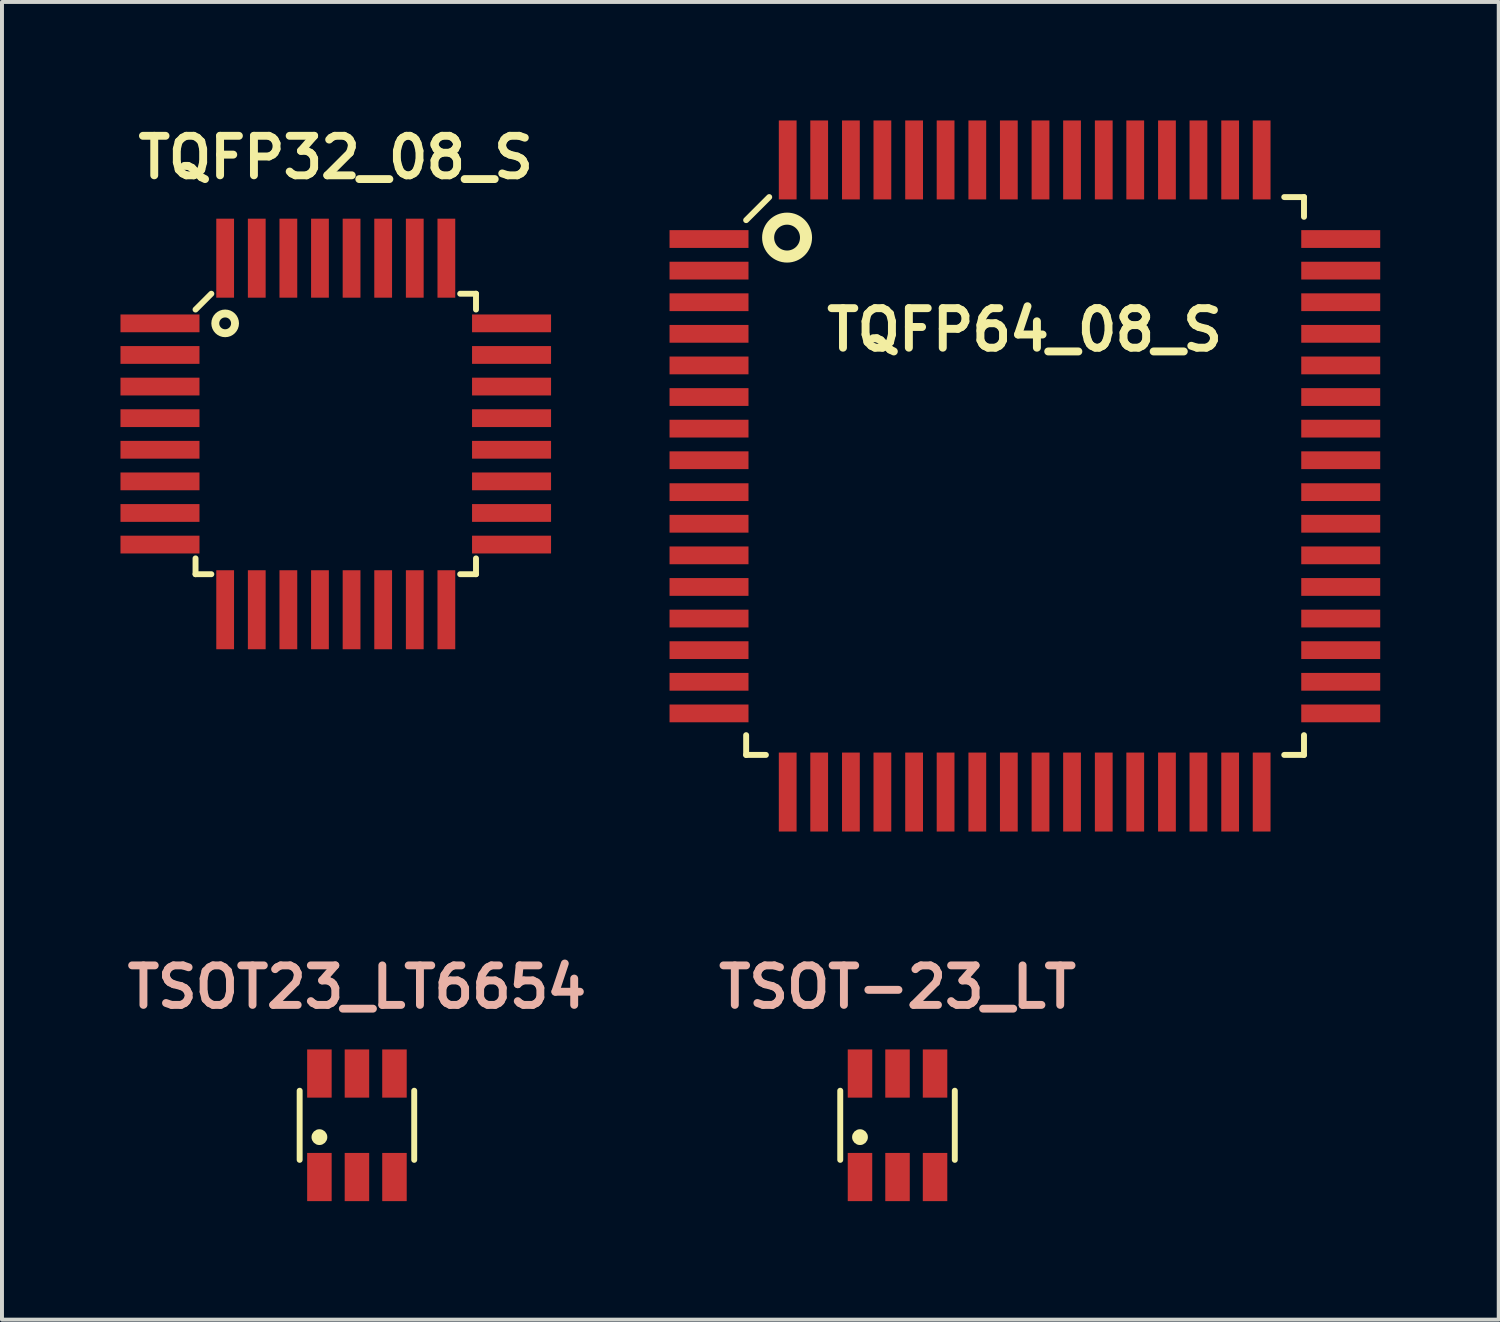
<source format=kicad_pcb>
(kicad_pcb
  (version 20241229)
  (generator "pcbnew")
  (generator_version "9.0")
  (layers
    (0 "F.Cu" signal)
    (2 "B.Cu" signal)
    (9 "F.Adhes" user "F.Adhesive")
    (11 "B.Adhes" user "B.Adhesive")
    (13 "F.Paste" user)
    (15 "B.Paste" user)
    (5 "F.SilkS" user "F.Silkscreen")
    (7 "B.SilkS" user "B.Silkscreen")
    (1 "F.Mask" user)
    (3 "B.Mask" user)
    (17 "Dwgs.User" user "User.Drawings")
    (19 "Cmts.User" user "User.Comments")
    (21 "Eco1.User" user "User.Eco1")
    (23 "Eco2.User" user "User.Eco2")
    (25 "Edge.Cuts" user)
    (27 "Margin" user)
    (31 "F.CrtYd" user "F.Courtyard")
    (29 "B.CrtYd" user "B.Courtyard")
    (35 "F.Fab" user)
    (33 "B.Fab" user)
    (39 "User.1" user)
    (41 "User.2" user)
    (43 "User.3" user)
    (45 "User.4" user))
  (footprint "TSOT-23_LT"
    (layer "F.Cu")
    (at 19.671 25.437)
    (property "Reference" "TSOT-23_LT" (at 0 -3.5 0) (layer "B.SilkS") (effects (font (size 1 1) (thickness 0.2))))
    (attr smd)
    (fp_line (start -1.45 0.875) (end -1.45 -0.875) (stroke (width 0.15) (type solid)) (layer "F.SilkS"))
    (fp_line (start 1.45 -0.875) (end 1.45 0.875) (stroke (width 0.15) (type solid)) (layer "F.SilkS"))
    (fp_circle (center -0.95 0.3) (end -0.95 0.4) (stroke (width 0.2) (type solid)) (fill no) (layer "F.SilkS"))
    (pad "1" smd rect (at -0.95 1.31) (size 0.62 1.22) (layers "F.Cu" "F.Mask" "F.Paste"))
    (pad "2" smd rect (at 0 1.31) (size 0.62 1.22) (layers "F.Cu" "F.Mask" "F.Paste"))
    (pad "3" smd rect (at 0.95 1.31) (size 0.62 1.22) (layers "F.Cu" "F.Mask" "F.Paste"))
    (pad "4" smd rect (at 0.95 -1.31) (size 0.62 1.22) (layers "F.Cu" "F.Mask" "F.Paste"))
    (pad "5" smd rect (at 0 -1.31) (size 0.62 1.22) (layers "F.Cu" "F.Mask" "F.Paste"))
    (pad "6" smd rect (at -0.95 -1.31) (size 0.62 1.22) (layers "F.Cu" "F.Mask" "F.Paste")))
  (footprint "TQFP64_08_S"
    (layer "F.Cu")
    (at 22.89 9)
    (property "Reference" "TQFP64_08_S" (at 0 -3.701 0) (layer "F.SilkS") (effects (font (size 1.001 1.001) (thickness 0.201))))
    (attr through_hole)
    (fp_line (start -7.051 -6.477) (end -6.467 -7.061) (stroke (width 0.15) (type solid)) (layer "F.SilkS"))
    (fp_line (start -7.051 6.561) (end -7.051 7.061) (stroke (width 0.15) (type solid)) (layer "F.SilkS"))
    (fp_line (start -6.551 7.061) (end -7.051 7.061) (stroke (width 0.15) (type solid)) (layer "F.SilkS"))
    (fp_line (start 6.571 7.061) (end 7.071 7.061) (stroke (width 0.15) (type solid)) (layer "F.SilkS"))
    (fp_line (start 7.071 -7.061) (end 6.571 -7.061) (stroke (width 0.15) (type solid)) (layer "F.SilkS"))
    (fp_line (start 7.071 -7.061) (end 7.071 -6.561) (stroke (width 0.15) (type solid)) (layer "F.SilkS"))
    (fp_line (start 7.071 7.061) (end 7.071 6.561) (stroke (width 0.15) (type solid)) (layer "F.SilkS"))
    (fp_circle (center -6.015 -6.035) (end -5.608 -5.781) (stroke (width 0.305) (type solid)) (fill no) (layer "F.SilkS"))
    (pad "1" smd rect (at -7.991 -5.999) (size 1.999 0.45) (layers "F.Cu" "F.Mask" "F.Paste"))
    (pad "2" smd rect (at -7.991 -5.199) (size 1.999 0.45) (layers "F.Cu" "F.Mask" "F.Paste"))
    (pad "3" smd rect (at -7.991 -4.399) (size 1.999 0.45) (layers "F.Cu" "F.Mask" "F.Paste"))
    (pad "4" smd rect (at -7.991 -3.599) (size 1.999 0.45) (layers "F.Cu" "F.Mask" "F.Paste"))
    (pad "5" smd rect (at -7.991 -2.799) (size 1.999 0.45) (layers "F.Cu" "F.Mask" "F.Paste"))
    (pad "6" smd rect (at -7.991 -1.999) (size 1.999 0.45) (layers "F.Cu" "F.Mask" "F.Paste"))
    (pad "7" smd rect (at -7.991 -1.199) (size 1.999 0.45) (layers "F.Cu" "F.Mask" "F.Paste"))
    (pad "8" smd rect (at -7.991 -0.399) (size 1.999 0.45) (layers "F.Cu" "F.Mask" "F.Paste"))
    (pad "9" smd rect (at -7.991 0.409) (size 1.999 0.45) (layers "F.Cu" "F.Mask" "F.Paste"))
    (pad "10" smd rect (at -7.991 1.209) (size 1.999 0.45) (layers "F.Cu" "F.Mask" "F.Paste"))
    (pad "11" smd rect (at -7.991 2.009) (size 1.999 0.45) (layers "F.Cu" "F.Mask" "F.Paste"))
    (pad "12" smd rect (at -7.991 2.809) (size 1.999 0.45) (layers "F.Cu" "F.Mask" "F.Paste"))
    (pad "13" smd rect (at -7.991 3.609) (size 1.999 0.45) (layers "F.Cu" "F.Mask" "F.Paste"))
    (pad "14" smd rect (at -7.991 4.409) (size 1.999 0.45) (layers "F.Cu" "F.Mask" "F.Paste"))
    (pad "15" smd rect (at -7.991 5.21) (size 1.999 0.45) (layers "F.Cu" "F.Mask" "F.Paste"))
    (pad "16" smd rect (at -7.991 6.01) (size 1.999 0.45) (layers "F.Cu" "F.Mask" "F.Paste"))
    (pad "17" smd rect (at -5.999 8.001) (size 0.45 1.999) (layers "F.Cu" "F.Mask" "F.Paste"))
    (pad "18" smd rect (at -5.202 8.001) (size 0.45 1.999) (layers "F.Cu" "F.Mask" "F.Paste"))
    (pad "19" smd rect (at -4.399 8.001) (size 0.45 1.999) (layers "F.Cu" "F.Mask" "F.Paste"))
    (pad "20" smd rect (at -3.602 8.001) (size 0.45 1.999) (layers "F.Cu" "F.Mask" "F.Paste"))
    (pad "21" smd rect (at -2.799 8.001) (size 0.45 1.999) (layers "F.Cu" "F.Mask" "F.Paste"))
    (pad "22" smd rect (at -2.002 8.001) (size 0.45 1.999) (layers "F.Cu" "F.Mask" "F.Paste"))
    (pad "23" smd rect (at -1.199 8.001) (size 0.45 1.999) (layers "F.Cu" "F.Mask" "F.Paste"))
    (pad "24" smd rect (at -0.401 8.001) (size 0.45 1.999) (layers "F.Cu" "F.Mask" "F.Paste"))
    (pad "25" smd rect (at 0.401 8.001) (size 0.45 1.999) (layers "F.Cu" "F.Mask" "F.Paste"))
    (pad "26" smd rect (at 1.199 8.001) (size 0.45 1.999) (layers "F.Cu" "F.Mask" "F.Paste"))
    (pad "27" smd rect (at 2.002 8.001) (size 0.45 1.999) (layers "F.Cu" "F.Mask" "F.Paste"))
    (pad "28" smd rect (at 2.799 8.001) (size 0.45 1.999) (layers "F.Cu" "F.Mask" "F.Paste"))
    (pad "29" smd rect (at 3.602 8.001) (size 0.45 1.999) (layers "F.Cu" "F.Mask" "F.Paste"))
    (pad "30" smd rect (at 4.399 8.001) (size 0.45 1.999) (layers "F.Cu" "F.Mask" "F.Paste"))
    (pad "31" smd rect (at 5.202 8.001) (size 0.45 1.999) (layers "F.Cu" "F.Mask" "F.Paste"))
    (pad "32" smd rect (at 5.999 8.001) (size 0.45 1.999) (layers "F.Cu" "F.Mask" "F.Paste"))
    (pad "33" smd rect (at 8.001 6.01) (size 1.999 0.45) (layers "F.Cu" "F.Mask" "F.Paste"))
    (pad "34" smd rect (at 8.001 5.21) (size 1.999 0.45) (layers "F.Cu" "F.Mask" "F.Paste"))
    (pad "35" smd rect (at 8.001 4.409) (size 1.999 0.45) (layers "F.Cu" "F.Mask" "F.Paste"))
    (pad "36" smd rect (at 8.001 3.609) (size 1.999 0.45) (layers "F.Cu" "F.Mask" "F.Paste"))
    (pad "37" smd rect (at 8.001 2.809) (size 1.999 0.45) (layers "F.Cu" "F.Mask" "F.Paste"))
    (pad "38" smd rect (at 8.001 2.009) (size 1.999 0.45) (layers "F.Cu" "F.Mask" "F.Paste"))
    (pad "39" smd rect (at 8.001 1.209) (size 1.999 0.45) (layers "F.Cu" "F.Mask" "F.Paste"))
    (pad "40" smd rect (at 8.001 0.409) (size 1.999 0.45) (layers "F.Cu" "F.Mask" "F.Paste"))
    (pad "41" smd rect (at 8.001 -0.399) (size 1.999 0.45) (layers "F.Cu" "F.Mask" "F.Paste"))
    (pad "42" smd rect (at 8.001 -1.199) (size 1.999 0.45) (layers "F.Cu" "F.Mask" "F.Paste"))
    (pad "43" smd rect (at 8.001 -1.999) (size 1.999 0.45) (layers "F.Cu" "F.Mask" "F.Paste"))
    (pad "44" smd rect (at 8.001 -2.799) (size 1.999 0.45) (layers "F.Cu" "F.Mask" "F.Paste"))
    (pad "45" smd rect (at 8.001 -3.599) (size 1.999 0.45) (layers "F.Cu" "F.Mask" "F.Paste"))
    (pad "46" smd rect (at 8.001 -4.399) (size 1.999 0.45) (layers "F.Cu" "F.Mask" "F.Paste"))
    (pad "47" smd rect (at 8.001 -5.199) (size 1.999 0.45) (layers "F.Cu" "F.Mask" "F.Paste"))
    (pad "48" smd rect (at 8.001 -5.999) (size 1.999 0.45) (layers "F.Cu" "F.Mask" "F.Paste"))
    (pad "49" smd rect (at 5.999 -8.001) (size 0.45 1.999) (layers "F.Cu" "F.Mask" "F.Paste"))
    (pad "50" smd rect (at 5.202 -8.001) (size 0.45 1.999) (layers "F.Cu" "F.Mask" "F.Paste"))
    (pad "51" smd rect (at 4.399 -8.001) (size 0.45 1.999) (layers "F.Cu" "F.Mask" "F.Paste"))
    (pad "52" smd rect (at 3.602 -8.001) (size 0.45 1.999) (layers "F.Cu" "F.Mask" "F.Paste"))
    (pad "53" smd rect (at 2.799 -8.001) (size 0.45 1.999) (layers "F.Cu" "F.Mask" "F.Paste"))
    (pad "54" smd rect (at 2.002 -8.001) (size 0.45 1.999) (layers "F.Cu" "F.Mask" "F.Paste"))
    (pad "55" smd rect (at 1.199 -8.001) (size 0.45 1.999) (layers "F.Cu" "F.Mask" "F.Paste"))
    (pad "56" smd rect (at 0.401 -8.001) (size 0.45 1.999) (layers "F.Cu" "F.Mask" "F.Paste"))
    (pad "57" smd rect (at -0.401 -8.001) (size 0.45 1.999) (layers "F.Cu" "F.Mask" "F.Paste"))
    (pad "58" smd rect (at -1.199 -8.001) (size 0.45 1.999) (layers "F.Cu" "F.Mask" "F.Paste"))
    (pad "59" smd rect (at -2.002 -8.001) (size 0.45 1.999) (layers "F.Cu" "F.Mask" "F.Paste"))
    (pad "60" smd rect (at -2.799 -8.001) (size 0.45 1.999) (layers "F.Cu" "F.Mask" "F.Paste"))
    (pad "61" smd rect (at -3.602 -8.001) (size 0.45 1.999) (layers "F.Cu" "F.Mask" "F.Paste"))
    (pad "62" smd rect (at -4.399 -8.001) (size 0.45 1.999) (layers "F.Cu" "F.Mask" "F.Paste"))
    (pad "63" smd rect (at -5.202 -8.001) (size 0.45 1.999) (layers "F.Cu" "F.Mask" "F.Paste"))
    (pad "64" smd rect (at -5.999 -8.001) (size 0.45 1.999) (layers "F.Cu" "F.Mask" "F.Paste")))
  (footprint "TSOT23_LT6654"
    (layer "F.Cu")
    (at 5.986 25.437)
    (property "Reference" "TSOT23_LT6654" (at 0 -3.5 0) (layer "B.SilkS") (effects (font (size 1 1) (thickness 0.2))))
    (attr smd)
    (fp_line (start -1.45 0.875) (end -1.45 -0.875) (stroke (width 0.15) (type solid)) (layer "F.SilkS"))
    (fp_line (start 1.45 -0.875) (end 1.45 0.875) (stroke (width 0.15) (type solid)) (layer "F.SilkS"))
    (fp_circle (center -0.95 0.3) (end -0.95 0.4) (stroke (width 0.2) (type solid)) (fill no) (layer "F.SilkS"))
    (pad "1" smd rect (at -0.95 1.31) (size 0.62 1.22) (layers "F.Cu" "F.Mask" "F.Paste"))
    (pad "2" smd rect (at 0 1.31) (size 0.62 1.22) (layers "F.Cu" "F.Mask" "F.Paste"))
    (pad "3" smd rect (at 0.95 1.31) (size 0.62 1.22) (layers "F.Cu" "F.Mask" "F.Paste"))
    (pad "4" smd rect (at 0.95 -1.31) (size 0.62 1.22) (layers "F.Cu" "F.Mask" "F.Paste"))
    (pad "5" smd rect (at 0 -1.31) (size 0.62 1.22) (layers "F.Cu" "F.Mask" "F.Paste"))
    (pad "6" smd rect (at -0.95 -1.31) (size 0.62 1.22) (layers "F.Cu" "F.Mask" "F.Paste")))
  (footprint "TQFP32_08_S"
    (layer "F.Cu")
    (at 5.45 7.936)
    (property "Reference" "TQFP32_08_S" (at 0 -7 0) (layer "F.SilkS") (effects (font (size 1 1) (thickness 0.2))))
    (attr through_hole)
    (fp_line (start -3.55 -3.15) (end -3.15 -3.55) (stroke (width 0.15) (type solid)) (layer "F.SilkS"))
    (fp_line (start -3.55 3.15) (end -3.55 3.55) (stroke (width 0.15) (type solid)) (layer "F.SilkS"))
    (fp_line (start -3.55 3.55) (end -3.15 3.55) (stroke (width 0.15) (type solid)) (layer "F.SilkS"))
    (fp_line (start 3.15 3.55) (end 3.55 3.55) (stroke (width 0.15) (type solid)) (layer "F.SilkS"))
    (fp_line (start 3.55 -3.55) (end 3.15 -3.55) (stroke (width 0.15) (type solid)) (layer "F.SilkS"))
    (fp_line (start 3.55 -3.15) (end 3.55 -3.55) (stroke (width 0.15) (type solid)) (layer "F.SilkS"))
    (fp_line (start 3.55 3.55) (end 3.55 3.15) (stroke (width 0.15) (type solid)) (layer "F.SilkS"))
    (fp_circle (center -2.8 -2.8) (end -2.55 -2.8) (stroke (width 0.2) (type solid)) (fill no) (layer "F.SilkS"))
    (pad "1" smd rect (at -4.45 -2.8) (size 2 0.45) (layers "F.Cu" "F.Mask" "F.Paste"))
    (pad "2" smd rect (at -4.45 -2) (size 2 0.45) (layers "F.Cu" "F.Mask" "F.Paste"))
    (pad "3" smd rect (at -4.45 -1.2) (size 2 0.45) (layers "F.Cu" "F.Mask" "F.Paste"))
    (pad "4" smd rect (at -4.45 -0.4) (size 2 0.45) (layers "F.Cu" "F.Mask" "F.Paste"))
    (pad "5" smd rect (at -4.45 0.4) (size 2 0.45) (layers "F.Cu" "F.Mask" "F.Paste"))
    (pad "6" smd rect (at -4.45 1.2) (size 2 0.45) (layers "F.Cu" "F.Mask" "F.Paste"))
    (pad "7" smd rect (at -4.45 2) (size 2 0.45) (layers "F.Cu" "F.Mask" "F.Paste"))
    (pad "8" smd rect (at -4.45 2.8) (size 2 0.45) (layers "F.Cu" "F.Mask" "F.Paste"))
    (pad "9" smd rect (at -2.8 4.45 90) (size 2 0.45) (layers "F.Cu" "F.Mask" "F.Paste"))
    (pad "10" smd rect (at -2 4.45 90) (size 2 0.45) (layers "F.Cu" "F.Mask" "F.Paste"))
    (pad "11" smd rect (at -1.2 4.45 90) (size 2 0.45) (layers "F.Cu" "F.Mask" "F.Paste"))
    (pad "12" smd rect (at -0.4 4.45 90) (size 2 0.45) (layers "F.Cu" "F.Mask" "F.Paste"))
    (pad "13" smd rect (at 0.4 4.45 90) (size 2 0.45) (layers "F.Cu" "F.Mask" "F.Paste"))
    (pad "14" smd rect (at 1.2 4.45 90) (size 2 0.45) (layers "F.Cu" "F.Mask" "F.Paste"))
    (pad "15" smd rect (at 2 4.45 90) (size 2 0.45) (layers "F.Cu" "F.Mask" "F.Paste"))
    (pad "16" smd rect (at 2.8 4.45 90) (size 2 0.45) (layers "F.Cu" "F.Mask" "F.Paste"))
    (pad "17" smd rect (at 4.45 2.8) (size 2 0.45) (layers "F.Cu" "F.Mask" "F.Paste"))
    (pad "18" smd rect (at 4.45 2) (size 2 0.45) (layers "F.Cu" "F.Mask" "F.Paste"))
    (pad "19" smd rect (at 4.45 1.2) (size 2 0.45) (layers "F.Cu" "F.Mask" "F.Paste"))
    (pad "20" smd rect (at 4.45 0.4) (size 2 0.45) (layers "F.Cu" "F.Mask" "F.Paste"))
    (pad "21" smd rect (at 4.45 -0.4) (size 2 0.45) (layers "F.Cu" "F.Mask" "F.Paste"))
    (pad "22" smd rect (at 4.45 -1.2) (size 2 0.45) (layers "F.Cu" "F.Mask" "F.Paste"))
    (pad "23" smd rect (at 4.45 -2) (size 2 0.45) (layers "F.Cu" "F.Mask" "F.Paste"))
    (pad "24" smd rect (at 4.45 -2.8) (size 2 0.45) (layers "F.Cu" "F.Mask" "F.Paste"))
    (pad "25" smd rect (at 2.8 -4.45 90) (size 2 0.45) (layers "F.Cu" "F.Mask" "F.Paste"))
    (pad "26" smd rect (at 2 -4.45 90) (size 2 0.45) (layers "F.Cu" "F.Mask" "F.Paste"))
    (pad "27" smd rect (at 1.2 -4.45 90) (size 2 0.45) (layers "F.Cu" "F.Mask" "F.Paste"))
    (pad "28" smd rect (at 0.4 -4.45 90) (size 2 0.45) (layers "F.Cu" "F.Mask" "F.Paste"))
    (pad "29" smd rect (at -0.4 -4.45 90) (size 2 0.45) (layers "F.Cu" "F.Mask" "F.Paste"))
    (pad "30" smd rect (at -1.2 -4.45 90) (size 2 0.45) (layers "F.Cu" "F.Mask" "F.Paste"))
    (pad "31" smd rect (at -2 -4.45 90) (size 2 0.45) (layers "F.Cu" "F.Mask" "F.Paste"))
    (pad "32" smd rect (at -2.8 -4.45 90) (size 2 0.45) (layers "F.Cu" "F.Mask" "F.Paste")))
  (gr_rect
    (start -3 -3)
    (end 34.891 30.357)
    (stroke (width 0.1) (type default))
    (fill no)
    (layer "Edge.Cuts")))
</source>
